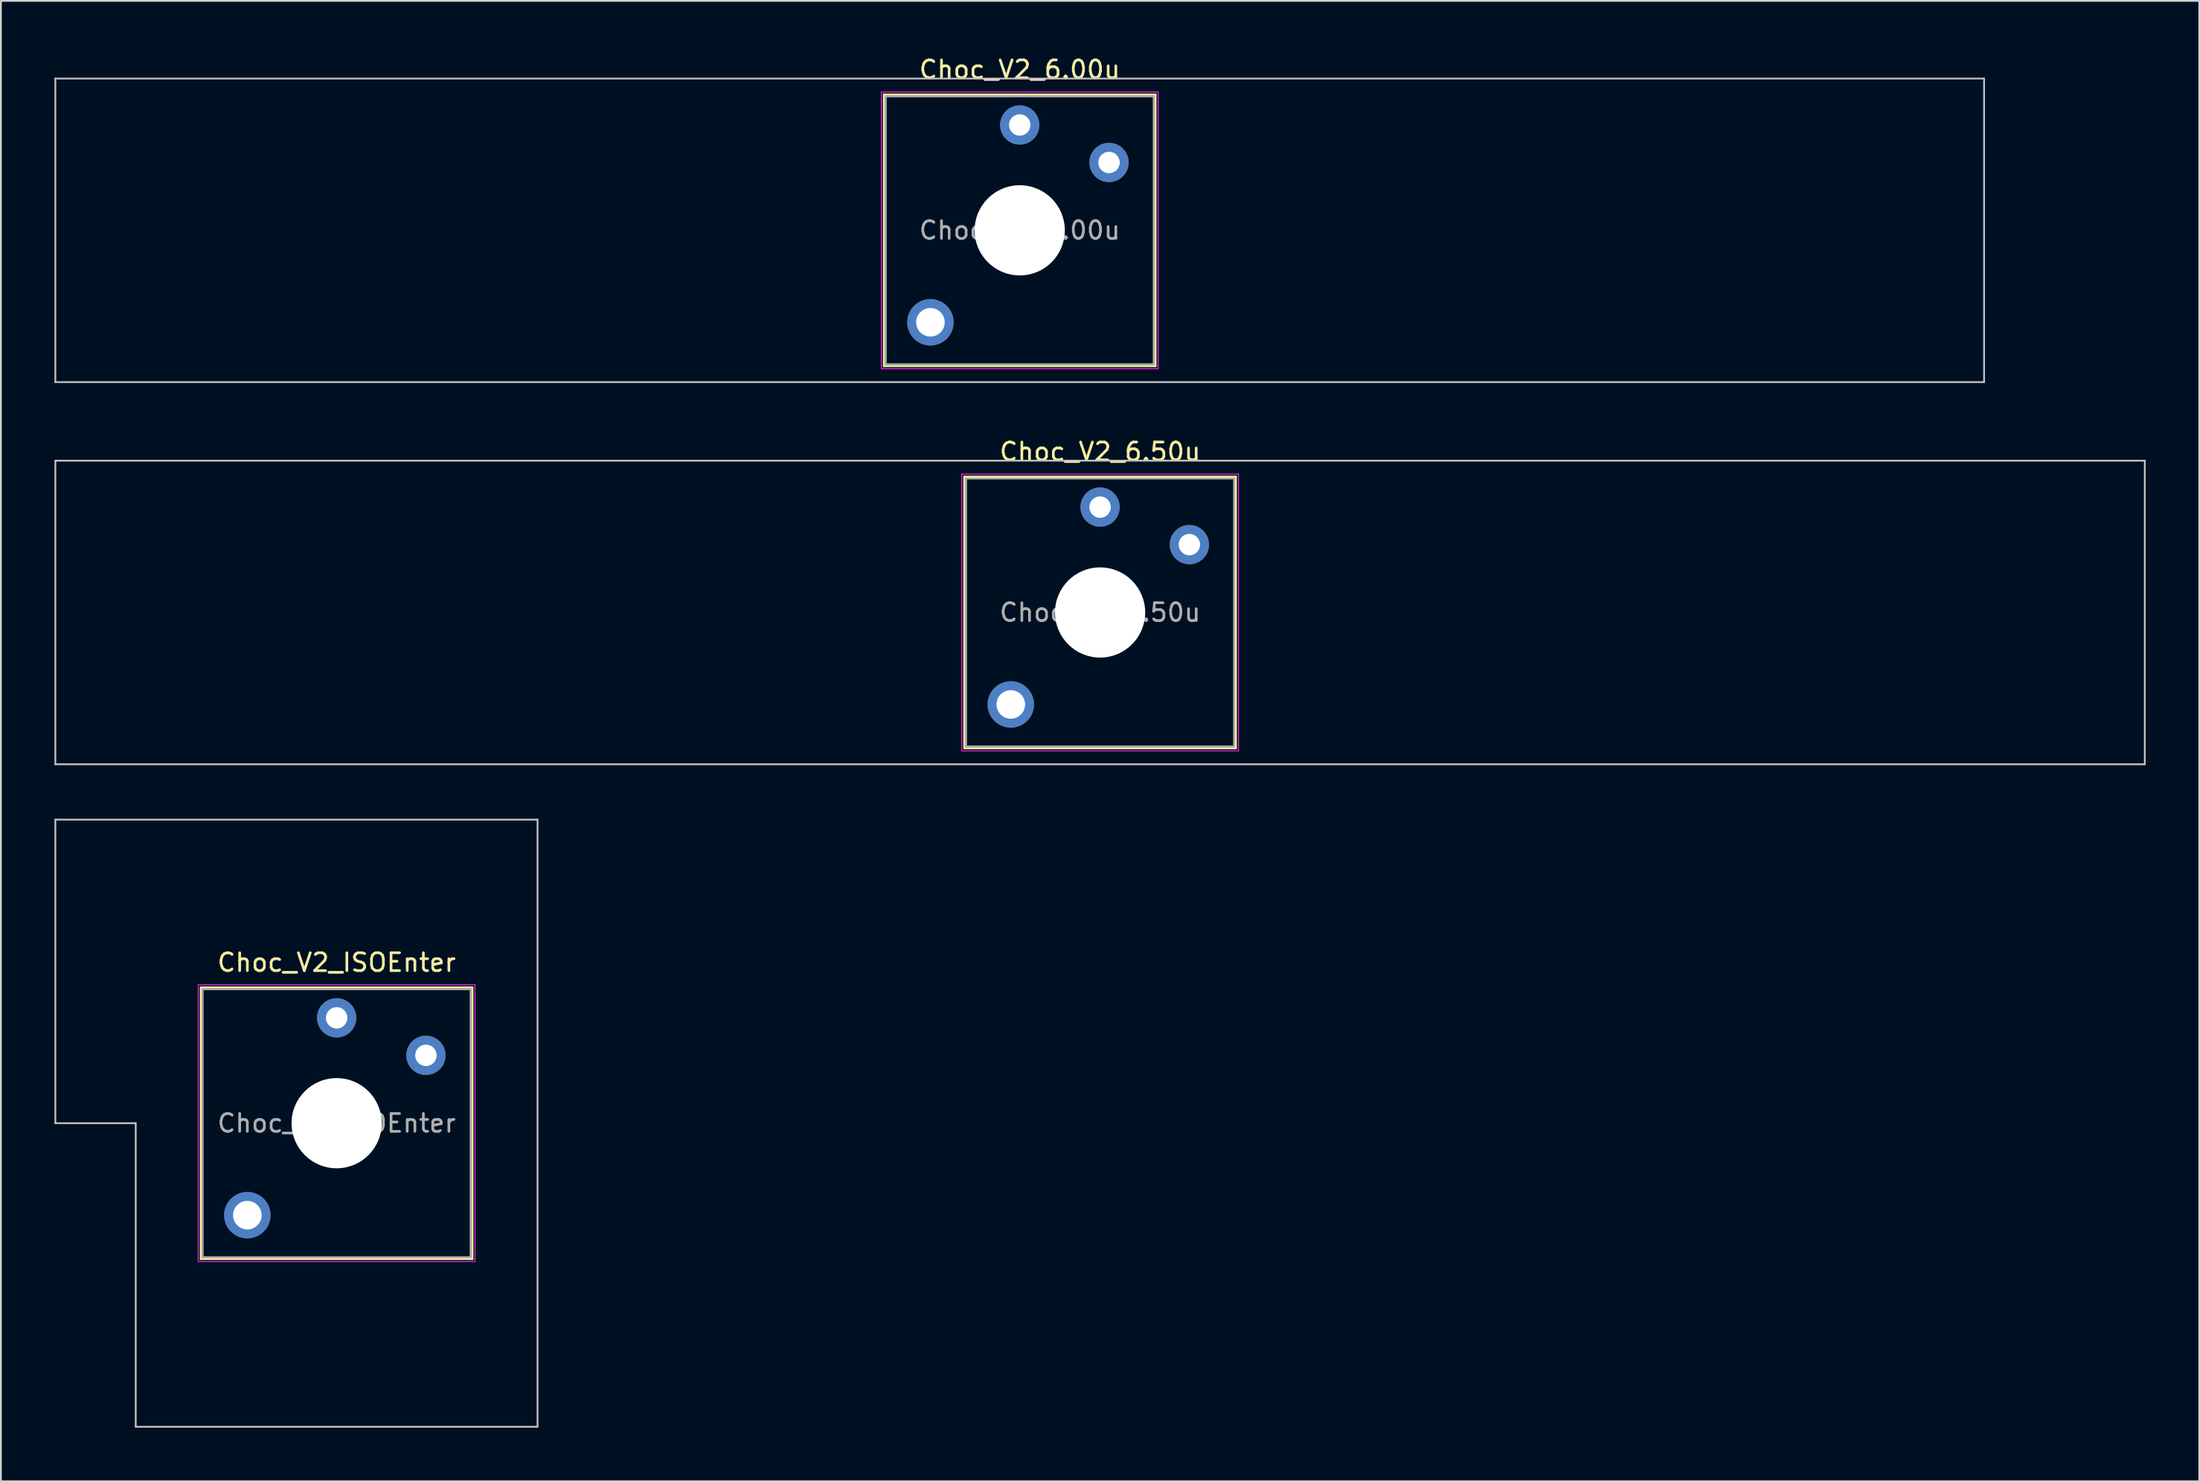
<source format=kicad_pcb>
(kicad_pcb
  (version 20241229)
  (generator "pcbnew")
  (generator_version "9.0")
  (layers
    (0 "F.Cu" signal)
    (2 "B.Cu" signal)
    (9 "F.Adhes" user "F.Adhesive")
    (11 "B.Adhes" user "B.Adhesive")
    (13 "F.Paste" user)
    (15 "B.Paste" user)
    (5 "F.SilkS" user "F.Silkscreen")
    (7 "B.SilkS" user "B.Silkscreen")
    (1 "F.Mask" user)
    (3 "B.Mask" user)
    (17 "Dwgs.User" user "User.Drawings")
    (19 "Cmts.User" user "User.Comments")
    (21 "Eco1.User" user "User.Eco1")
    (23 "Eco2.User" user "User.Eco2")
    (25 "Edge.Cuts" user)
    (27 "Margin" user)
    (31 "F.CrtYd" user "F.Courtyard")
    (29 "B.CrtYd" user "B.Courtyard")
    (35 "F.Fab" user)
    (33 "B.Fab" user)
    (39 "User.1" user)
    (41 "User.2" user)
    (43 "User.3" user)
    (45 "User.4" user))
  (footprint "Choc_V2_6.00u"
    (layer "F.Cu")
    (at 54.05 9.848)
    (property "Reference" "Choc_V2_6.00u" (at 0 -9 0) (layer "F.SilkS") (effects (font (size 1 1) (thickness 0.15))))
    (attr through_hole)
    (fp_line (start -7.6 -7.6) (end -7.6 7.6) (stroke (width 0.12) (type solid)) (layer "F.SilkS"))
    (fp_line (start -7.6 7.6) (end 7.6 7.6) (stroke (width 0.12) (type solid)) (layer "F.SilkS"))
    (fp_line (start 7.6 -7.6) (end -7.6 -7.6) (stroke (width 0.12) (type solid)) (layer "F.SilkS"))
    (fp_line (start 7.6 7.6) (end 7.6 -7.6) (stroke (width 0.12) (type solid)) (layer "F.SilkS"))
    (fp_line (start -54 -8.5) (end -54 8.5) (stroke (width 0.1) (type solid)) (layer "Dwgs.User"))
    (fp_line (start -54 8.5) (end 54 8.5) (stroke (width 0.1) (type solid)) (layer "Dwgs.User"))
    (fp_line (start 54 -8.5) (end -54 -8.5) (stroke (width 0.1) (type solid)) (layer "Dwgs.User"))
    (fp_line (start 54 8.5) (end 54 -8.5) (stroke (width 0.1) (type solid)) (layer "Dwgs.User"))
    (fp_line (start -7.25 -7.25) (end -7.25 7.25) (stroke (width 0.1) (type solid)) (layer "Eco1.User"))
    (fp_line (start -7.25 7.25) (end 7.25 7.25) (stroke (width 0.1) (type solid)) (layer "Eco1.User"))
    (fp_line (start 7.25 -7.25) (end -7.25 -7.25) (stroke (width 0.1) (type solid)) (layer "Eco1.User"))
    (fp_line (start 7.25 7.25) (end 7.25 -7.25) (stroke (width 0.1) (type solid)) (layer "Eco1.User"))
    (fp_line (start -7.75 -7.75) (end -7.75 7.75) (stroke (width 0.05) (type solid)) (layer "F.CrtYd"))
    (fp_line (start -7.75 7.75) (end 7.75 7.75) (stroke (width 0.05) (type solid)) (layer "F.CrtYd"))
    (fp_line (start 7.75 -7.75) (end -7.75 -7.75) (stroke (width 0.05) (type solid)) (layer "F.CrtYd"))
    (fp_line (start 7.75 7.75) (end 7.75 -7.75) (stroke (width 0.05) (type solid)) (layer "F.CrtYd"))
    (fp_line (start -7.5 -7.5) (end -7.5 7.5) (stroke (width 0.1) (type solid)) (layer "F.Fab"))
    (fp_line (start -7.5 7.5) (end 7.5 7.5) (stroke (width 0.1) (type solid)) (layer "F.Fab"))
    (fp_line (start 7.5 -7.5) (end -7.5 -7.5) (stroke (width 0.1) (type solid)) (layer "F.Fab"))
    (fp_line (start 7.5 7.5) (end 7.5 -7.5) (stroke (width 0.1) (type solid)) (layer "F.Fab"))
    (fp_text user "${REFERENCE}" (at 0 0 0) (layer "F.Fab") (effects (font (size 1 1) (thickness 0.15))))
    (pad "" thru_hole circle (at -5 5.15) (size 2.6 2.6) (drill 1.6) (layers "*.Cu" "*.Mask"))
    (pad "" np_thru_hole circle (at 0 0) (size 5.05 5.05) (drill 5.05) (layers "*.Cu" "*.Mask"))
    (pad "1" thru_hole circle (at 0 -5.9) (size 2.2 2.2) (drill 1.2) (layers "*.Cu" "*.Mask"))
    (pad "2" thru_hole circle (at 5 -3.8) (size 2.2 2.2) (drill 1.2) (layers "*.Cu" "*.Mask")))
  (footprint "Choc_V2_ISOEnter"
    (layer "F.Cu")
    (at 15.8 59.846)
    (property "Reference" "Choc_V2_ISOEnter" (at 0 -9 0) (layer "F.SilkS") (effects (font (size 1 1) (thickness 0.15))))
    (attr through_hole)
    (fp_line (start -7.6 -7.6) (end -7.6 7.6) (stroke (width 0.12) (type solid)) (layer "F.SilkS"))
    (fp_line (start -7.6 7.6) (end 7.6 7.6) (stroke (width 0.12) (type solid)) (layer "F.SilkS"))
    (fp_line (start 7.6 -7.6) (end -7.6 -7.6) (stroke (width 0.12) (type solid)) (layer "F.SilkS"))
    (fp_line (start 7.6 7.6) (end 7.6 -7.6) (stroke (width 0.12) (type solid)) (layer "F.SilkS"))
    (fp_line (start -15.75 -17) (end -15.75 0) (stroke (width 0.1) (type solid)) (layer "Dwgs.User"))
    (fp_line (start -15.75 0) (end -11.25 0) (stroke (width 0.1) (type solid)) (layer "Dwgs.User"))
    (fp_line (start -11.25 0) (end -11.25 17) (stroke (width 0.1) (type solid)) (layer "Dwgs.User"))
    (fp_line (start -11.25 17) (end 11.25 17) (stroke (width 0.1) (type solid)) (layer "Dwgs.User"))
    (fp_line (start 11.25 -17) (end -15.75 -17) (stroke (width 0.1) (type solid)) (layer "Dwgs.User"))
    (fp_line (start 11.25 17) (end 11.25 -17) (stroke (width 0.1) (type solid)) (layer "Dwgs.User"))
    (fp_line (start -7.25 -7.25) (end -7.25 7.25) (stroke (width 0.1) (type solid)) (layer "Eco1.User"))
    (fp_line (start -7.25 7.25) (end 7.25 7.25) (stroke (width 0.1) (type solid)) (layer "Eco1.User"))
    (fp_line (start 7.25 -7.25) (end -7.25 -7.25) (stroke (width 0.1) (type solid)) (layer "Eco1.User"))
    (fp_line (start 7.25 7.25) (end 7.25 -7.25) (stroke (width 0.1) (type solid)) (layer "Eco1.User"))
    (fp_line (start -7.75 -7.75) (end -7.75 7.75) (stroke (width 0.05) (type solid)) (layer "F.CrtYd"))
    (fp_line (start -7.75 7.75) (end 7.75 7.75) (stroke (width 0.05) (type solid)) (layer "F.CrtYd"))
    (fp_line (start 7.75 -7.75) (end -7.75 -7.75) (stroke (width 0.05) (type solid)) (layer "F.CrtYd"))
    (fp_line (start 7.75 7.75) (end 7.75 -7.75) (stroke (width 0.05) (type solid)) (layer "F.CrtYd"))
    (fp_line (start -7.5 -7.5) (end -7.5 7.5) (stroke (width 0.1) (type solid)) (layer "F.Fab"))
    (fp_line (start -7.5 7.5) (end 7.5 7.5) (stroke (width 0.1) (type solid)) (layer "F.Fab"))
    (fp_line (start 7.5 -7.5) (end -7.5 -7.5) (stroke (width 0.1) (type solid)) (layer "F.Fab"))
    (fp_line (start 7.5 7.5) (end 7.5 -7.5) (stroke (width 0.1) (type solid)) (layer "F.Fab"))
    (fp_text user "${REFERENCE}" (at 0 0 0) (layer "F.Fab") (effects (font (size 1 1) (thickness 0.15))))
    (pad "" thru_hole circle (at -5 5.15) (size 2.6 2.6) (drill 1.6) (layers "*.Cu" "*.Mask"))
    (pad "" np_thru_hole circle (at 0 0) (size 5.05 5.05) (drill 5.05) (layers "*.Cu" "*.Mask"))
    (pad "1" thru_hole circle (at 0 -5.9) (size 2.2 2.2) (drill 1.2) (layers "*.Cu" "*.Mask"))
    (pad "2" thru_hole circle (at 5 -3.8) (size 2.2 2.2) (drill 1.2) (layers "*.Cu" "*.Mask")))
  (footprint "Choc_V2_6.50u"
    (layer "F.Cu")
    (at 58.55 31.247)
    (property "Reference" "Choc_V2_6.50u" (at 0 -9 0) (layer "F.SilkS") (effects (font (size 1 1) (thickness 0.15))))
    (attr through_hole)
    (fp_line (start -7.6 -7.6) (end -7.6 7.6) (stroke (width 0.12) (type solid)) (layer "F.SilkS"))
    (fp_line (start -7.6 7.6) (end 7.6 7.6) (stroke (width 0.12) (type solid)) (layer "F.SilkS"))
    (fp_line (start 7.6 -7.6) (end -7.6 -7.6) (stroke (width 0.12) (type solid)) (layer "F.SilkS"))
    (fp_line (start 7.6 7.6) (end 7.6 -7.6) (stroke (width 0.12) (type solid)) (layer "F.SilkS"))
    (fp_line (start -58.5 -8.5) (end -58.5 8.5) (stroke (width 0.1) (type solid)) (layer "Dwgs.User"))
    (fp_line (start -58.5 8.5) (end 58.5 8.5) (stroke (width 0.1) (type solid)) (layer "Dwgs.User"))
    (fp_line (start 58.5 -8.5) (end -58.5 -8.5) (stroke (width 0.1) (type solid)) (layer "Dwgs.User"))
    (fp_line (start 58.5 8.5) (end 58.5 -8.5) (stroke (width 0.1) (type solid)) (layer "Dwgs.User"))
    (fp_line (start -7.25 -7.25) (end -7.25 7.25) (stroke (width 0.1) (type solid)) (layer "Eco1.User"))
    (fp_line (start -7.25 7.25) (end 7.25 7.25) (stroke (width 0.1) (type solid)) (layer "Eco1.User"))
    (fp_line (start 7.25 -7.25) (end -7.25 -7.25) (stroke (width 0.1) (type solid)) (layer "Eco1.User"))
    (fp_line (start 7.25 7.25) (end 7.25 -7.25) (stroke (width 0.1) (type solid)) (layer "Eco1.User"))
    (fp_line (start -7.75 -7.75) (end -7.75 7.75) (stroke (width 0.05) (type solid)) (layer "F.CrtYd"))
    (fp_line (start -7.75 7.75) (end 7.75 7.75) (stroke (width 0.05) (type solid)) (layer "F.CrtYd"))
    (fp_line (start 7.75 -7.75) (end -7.75 -7.75) (stroke (width 0.05) (type solid)) (layer "F.CrtYd"))
    (fp_line (start 7.75 7.75) (end 7.75 -7.75) (stroke (width 0.05) (type solid)) (layer "F.CrtYd"))
    (fp_line (start -7.5 -7.5) (end -7.5 7.5) (stroke (width 0.1) (type solid)) (layer "F.Fab"))
    (fp_line (start -7.5 7.5) (end 7.5 7.5) (stroke (width 0.1) (type solid)) (layer "F.Fab"))
    (fp_line (start 7.5 -7.5) (end -7.5 -7.5) (stroke (width 0.1) (type solid)) (layer "F.Fab"))
    (fp_line (start 7.5 7.5) (end 7.5 -7.5) (stroke (width 0.1) (type solid)) (layer "F.Fab"))
    (fp_text user "${REFERENCE}" (at 0 0 0) (layer "F.Fab") (effects (font (size 1 1) (thickness 0.15))))
    (pad "" thru_hole circle (at -5 5.15) (size 2.6 2.6) (drill 1.6) (layers "*.Cu" "*.Mask"))
    (pad "" np_thru_hole circle (at 0 0) (size 5.05 5.05) (drill 5.05) (layers "*.Cu" "*.Mask"))
    (pad "1" thru_hole circle (at 0 -5.9) (size 2.2 2.2) (drill 1.2) (layers "*.Cu" "*.Mask"))
    (pad "2" thru_hole circle (at 5 -3.8) (size 2.2 2.2) (drill 1.2) (layers "*.Cu" "*.Mask")))
  (gr_rect
    (start -3 -3)
    (end 120.1 79.897)
    (stroke (width 0.1) (type default))
    (fill no)
    (layer "Edge.Cuts")))
</source>
